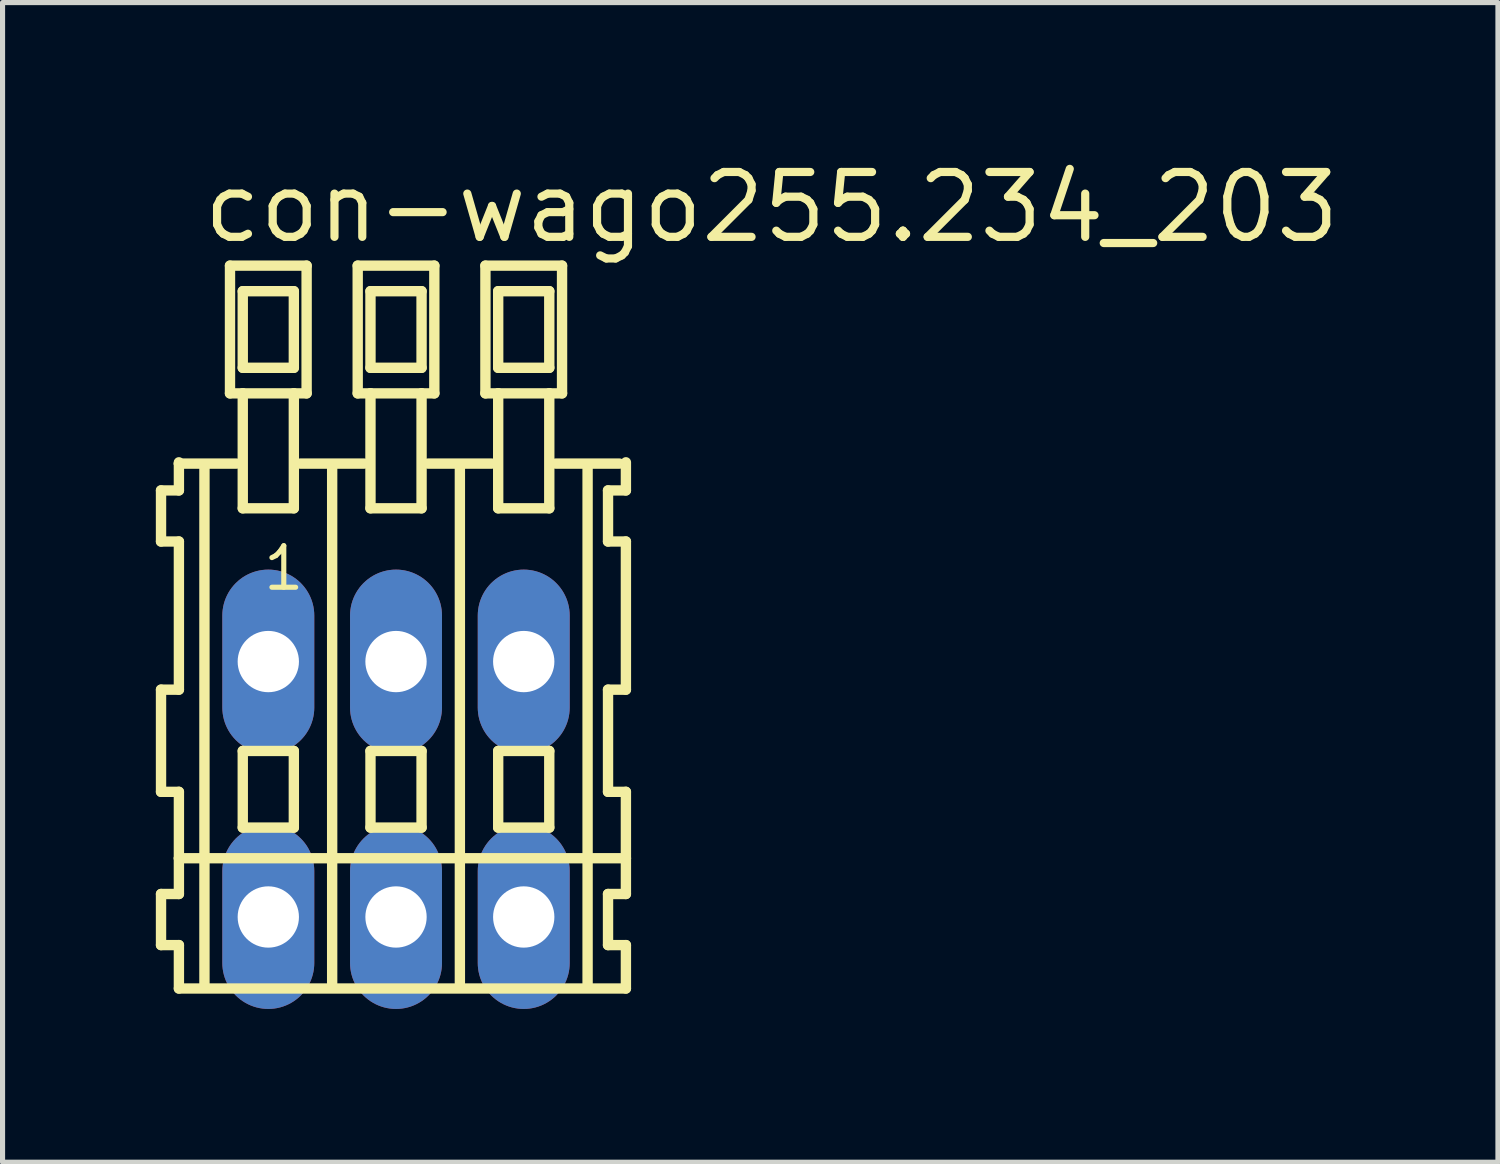
<source format=kicad_pcb>
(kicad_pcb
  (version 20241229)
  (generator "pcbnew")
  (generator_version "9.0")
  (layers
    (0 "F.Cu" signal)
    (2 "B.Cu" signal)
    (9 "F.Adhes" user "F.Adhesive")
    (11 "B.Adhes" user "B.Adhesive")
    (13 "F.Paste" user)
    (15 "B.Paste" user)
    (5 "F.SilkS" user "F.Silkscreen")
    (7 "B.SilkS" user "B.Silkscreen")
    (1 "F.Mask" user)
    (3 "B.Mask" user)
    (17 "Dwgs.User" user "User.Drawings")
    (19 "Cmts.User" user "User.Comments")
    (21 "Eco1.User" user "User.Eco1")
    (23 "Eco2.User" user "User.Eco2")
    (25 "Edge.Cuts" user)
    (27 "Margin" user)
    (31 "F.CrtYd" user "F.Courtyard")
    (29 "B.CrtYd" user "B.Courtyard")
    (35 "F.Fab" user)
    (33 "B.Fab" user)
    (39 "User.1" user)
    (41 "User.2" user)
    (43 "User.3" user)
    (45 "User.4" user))
  (footprint "con-wago255.234_203"
    (layer "F.Cu")
    (at 4.702 12.4)
    (property "Reference" "con-wago255.234_203" (at -3.85 -10.65 0) (layer "F.SilkS") (effects (font (size 1.27 1.27) (thickness 0.16)) (justify left bottom)))
    (attr through_hole)
    (fp_line (start -4.6 -5.85) (end -4.6 -4.85) (stroke (width 0.203) (type default)) (layer "F.SilkS"))
    (fp_line (start -4.6 -4.85) (end -4.25 -4.85) (stroke (width 0.203) (type default)) (layer "F.SilkS"))
    (fp_line (start -4.6 -1.95) (end -4.6 0.05) (stroke (width 0.203) (type default)) (layer "F.SilkS"))
    (fp_line (start -4.6 0.05) (end -4.25 0.05) (stroke (width 0.203) (type default)) (layer "F.SilkS"))
    (fp_line (start -4.6 2.05) (end -4.6 3.05) (stroke (width 0.203) (type default)) (layer "F.SilkS"))
    (fp_line (start -4.6 3.05) (end -4.25 3.05) (stroke (width 0.203) (type default)) (layer "F.SilkS"))
    (fp_line (start -4.25 -6.4) (end -4.25 -6.375) (stroke (width 0.203) (type default)) (layer "F.SilkS"))
    (fp_line (start -4.25 -6.375) (end -4.25 -5.85) (stroke (width 0.203) (type default)) (layer "F.SilkS"))
    (fp_line (start -4.25 -6.375) (end -3.125 -6.375) (stroke (width 0.203) (type default)) (layer "F.SilkS"))
    (fp_line (start -4.25 -5.85) (end -4.6 -5.85) (stroke (width 0.203) (type default)) (layer "F.SilkS"))
    (fp_line (start -4.25 -4.85) (end -4.25 -1.95) (stroke (width 0.203) (type default)) (layer "F.SilkS"))
    (fp_line (start -4.25 -1.95) (end -4.6 -1.95) (stroke (width 0.203) (type default)) (layer "F.SilkS"))
    (fp_line (start -4.25 0.05) (end -4.25 1.35) (stroke (width 0.203) (type default)) (layer "F.SilkS"))
    (fp_line (start -4.25 1.35) (end -4.25 2.05) (stroke (width 0.203) (type default)) (layer "F.SilkS"))
    (fp_line (start -4.25 1.35) (end 4.5 1.35) (stroke (width 0.203) (type default)) (layer "F.SilkS"))
    (fp_line (start -4.25 2.05) (end -4.6 2.05) (stroke (width 0.203) (type default)) (layer "F.SilkS"))
    (fp_line (start -4.25 3.05) (end -4.25 3.9) (stroke (width 0.203) (type default)) (layer "F.SilkS"))
    (fp_line (start -4.25 3.9) (end 4.5 3.9) (stroke (width 0.203) (type default)) (layer "F.SilkS"))
    (fp_line (start -3.75 -6.35) (end -3.75 3.8) (stroke (width 0.203) (type default)) (layer "F.SilkS"))
    (fp_line (start -3.25 -10.25) (end -3.25 -7.75) (stroke (width 0.203) (type default)) (layer "F.SilkS"))
    (fp_line (start -3.25 -7.75) (end -3 -7.75) (stroke (width 0.203) (type default)) (layer "F.SilkS"))
    (fp_line (start -3 -9.75) (end -3 -8.25) (stroke (width 0.203) (type default)) (layer "F.SilkS"))
    (fp_line (start -3 -8.25) (end -2 -8.25) (stroke (width 0.203) (type default)) (layer "F.SilkS"))
    (fp_line (start -3 -7.75) (end -3 -5.5) (stroke (width 0.203) (type default)) (layer "F.SilkS"))
    (fp_line (start -3 -7.75) (end -2 -7.75) (stroke (width 0.203) (type default)) (layer "F.SilkS"))
    (fp_line (start -3 -5.5) (end -2 -5.5) (stroke (width 0.203) (type default)) (layer "F.SilkS"))
    (fp_line (start -3 -0.75) (end -3 0.75) (stroke (width 0.203) (type default)) (layer "F.SilkS"))
    (fp_line (start -3 0.75) (end -2 0.75) (stroke (width 0.203) (type default)) (layer "F.SilkS"))
    (fp_line (start -2 -9.75) (end -3 -9.75) (stroke (width 0.203) (type default)) (layer "F.SilkS"))
    (fp_line (start -2 -8.25) (end -2 -9.75) (stroke (width 0.203) (type default)) (layer "F.SilkS"))
    (fp_line (start -2 -7.75) (end -1.75 -7.75) (stroke (width 0.203) (type default)) (layer "F.SilkS"))
    (fp_line (start -2 -5.5) (end -2 -7.75) (stroke (width 0.203) (type default)) (layer "F.SilkS"))
    (fp_line (start -2 -0.75) (end -3 -0.75) (stroke (width 0.203) (type default)) (layer "F.SilkS"))
    (fp_line (start -2 0.75) (end -2 -0.75) (stroke (width 0.203) (type default)) (layer "F.SilkS"))
    (fp_line (start -1.875 -6.375) (end -0.625 -6.375) (stroke (width 0.203) (type default)) (layer "F.SilkS"))
    (fp_line (start -1.75 -10.25) (end -3.25 -10.25) (stroke (width 0.203) (type default)) (layer "F.SilkS"))
    (fp_line (start -1.75 -7.75) (end -1.75 -10.25) (stroke (width 0.203) (type default)) (layer "F.SilkS"))
    (fp_line (start -1.25 -6.35) (end -1.25 3.8) (stroke (width 0.203) (type default)) (layer "F.SilkS"))
    (fp_line (start -0.75 -10.25) (end -0.75 -7.75) (stroke (width 0.203) (type default)) (layer "F.SilkS"))
    (fp_line (start -0.75 -7.75) (end -0.5 -7.75) (stroke (width 0.203) (type default)) (layer "F.SilkS"))
    (fp_line (start -0.5 -9.75) (end -0.5 -8.25) (stroke (width 0.203) (type default)) (layer "F.SilkS"))
    (fp_line (start -0.5 -8.25) (end 0.5 -8.25) (stroke (width 0.203) (type default)) (layer "F.SilkS"))
    (fp_line (start -0.5 -7.75) (end -0.5 -5.5) (stroke (width 0.203) (type default)) (layer "F.SilkS"))
    (fp_line (start -0.5 -7.75) (end 0.5 -7.75) (stroke (width 0.203) (type default)) (layer "F.SilkS"))
    (fp_line (start -0.5 -5.5) (end 0.5 -5.5) (stroke (width 0.203) (type default)) (layer "F.SilkS"))
    (fp_line (start -0.5 -0.75) (end -0.5 0.75) (stroke (width 0.203) (type default)) (layer "F.SilkS"))
    (fp_line (start -0.5 0.75) (end 0.5 0.75) (stroke (width 0.203) (type default)) (layer "F.SilkS"))
    (fp_line (start 0.5 -9.75) (end -0.5 -9.75) (stroke (width 0.203) (type default)) (layer "F.SilkS"))
    (fp_line (start 0.5 -8.25) (end 0.5 -9.75) (stroke (width 0.203) (type default)) (layer "F.SilkS"))
    (fp_line (start 0.5 -7.75) (end 0.75 -7.75) (stroke (width 0.203) (type default)) (layer "F.SilkS"))
    (fp_line (start 0.5 -5.5) (end 0.5 -7.75) (stroke (width 0.203) (type default)) (layer "F.SilkS"))
    (fp_line (start 0.5 -0.75) (end -0.5 -0.75) (stroke (width 0.203) (type default)) (layer "F.SilkS"))
    (fp_line (start 0.5 0.75) (end 0.5 -0.75) (stroke (width 0.203) (type default)) (layer "F.SilkS"))
    (fp_line (start 0.625 -6.375) (end 1.875 -6.375) (stroke (width 0.203) (type default)) (layer "F.SilkS"))
    (fp_line (start 0.75 -10.25) (end -0.75 -10.25) (stroke (width 0.203) (type default)) (layer "F.SilkS"))
    (fp_line (start 0.75 -7.75) (end 0.75 -10.25) (stroke (width 0.203) (type default)) (layer "F.SilkS"))
    (fp_line (start 1.25 -6.35) (end 1.25 3.8) (stroke (width 0.203) (type default)) (layer "F.SilkS"))
    (fp_line (start 1.75 -10.25) (end 1.75 -7.75) (stroke (width 0.203) (type default)) (layer "F.SilkS"))
    (fp_line (start 1.75 -7.75) (end 2 -7.75) (stroke (width 0.203) (type default)) (layer "F.SilkS"))
    (fp_line (start 2 -9.75) (end 2 -8.25) (stroke (width 0.203) (type default)) (layer "F.SilkS"))
    (fp_line (start 2 -8.25) (end 3 -8.25) (stroke (width 0.203) (type default)) (layer "F.SilkS"))
    (fp_line (start 2 -7.75) (end 2 -5.5) (stroke (width 0.203) (type default)) (layer "F.SilkS"))
    (fp_line (start 2 -7.75) (end 3 -7.75) (stroke (width 0.203) (type default)) (layer "F.SilkS"))
    (fp_line (start 2 -5.5) (end 3 -5.5) (stroke (width 0.203) (type default)) (layer "F.SilkS"))
    (fp_line (start 2 -0.75) (end 2 0.75) (stroke (width 0.203) (type default)) (layer "F.SilkS"))
    (fp_line (start 2 0.75) (end 3 0.75) (stroke (width 0.203) (type default)) (layer "F.SilkS"))
    (fp_line (start 3 -9.75) (end 2 -9.75) (stroke (width 0.203) (type default)) (layer "F.SilkS"))
    (fp_line (start 3 -8.25) (end 3 -9.75) (stroke (width 0.203) (type default)) (layer "F.SilkS"))
    (fp_line (start 3 -7.75) (end 3.25 -7.75) (stroke (width 0.203) (type default)) (layer "F.SilkS"))
    (fp_line (start 3 -5.5) (end 3 -7.75) (stroke (width 0.203) (type default)) (layer "F.SilkS"))
    (fp_line (start 3 -0.75) (end 2 -0.75) (stroke (width 0.203) (type default)) (layer "F.SilkS"))
    (fp_line (start 3 0.75) (end 3 -0.75) (stroke (width 0.203) (type default)) (layer "F.SilkS"))
    (fp_line (start 3.125 -6.375) (end 4.375 -6.375) (stroke (width 0.203) (type default)) (layer "F.SilkS"))
    (fp_line (start 3.25 -10.25) (end 1.75 -10.25) (stroke (width 0.203) (type default)) (layer "F.SilkS"))
    (fp_line (start 3.25 -7.75) (end 3.25 -10.25) (stroke (width 0.203) (type default)) (layer "F.SilkS"))
    (fp_line (start 3.75 -6.35) (end 3.75 3.8) (stroke (width 0.203) (type default)) (layer "F.SilkS"))
    (fp_line (start 4.15 -5.85) (end 4.15 -4.85) (stroke (width 0.203) (type default)) (layer "F.SilkS"))
    (fp_line (start 4.15 -4.85) (end 4.5 -4.85) (stroke (width 0.203) (type default)) (layer "F.SilkS"))
    (fp_line (start 4.15 -1.95) (end 4.15 0.05) (stroke (width 0.203) (type default)) (layer "F.SilkS"))
    (fp_line (start 4.15 0.05) (end 4.5 0.05) (stroke (width 0.203) (type default)) (layer "F.SilkS"))
    (fp_line (start 4.15 2.05) (end 4.15 3.05) (stroke (width 0.203) (type default)) (layer "F.SilkS"))
    (fp_line (start 4.15 3.05) (end 4.5 3.05) (stroke (width 0.203) (type default)) (layer "F.SilkS"))
    (fp_line (start 4.5 -5.85) (end 4.15 -5.85) (stroke (width 0.203) (type default)) (layer "F.SilkS"))
    (fp_line (start 4.5 -5.85) (end 4.5 -6.4) (stroke (width 0.203) (type default)) (layer "F.SilkS"))
    (fp_line (start 4.5 -1.95) (end 4.15 -1.95) (stroke (width 0.203) (type default)) (layer "F.SilkS"))
    (fp_line (start 4.5 -1.95) (end 4.5 -4.85) (stroke (width 0.203) (type default)) (layer "F.SilkS"))
    (fp_line (start 4.5 1.35) (end 4.5 0.05) (stroke (width 0.203) (type default)) (layer "F.SilkS"))
    (fp_line (start 4.5 2.05) (end 4.15 2.05) (stroke (width 0.203) (type default)) (layer "F.SilkS"))
    (fp_line (start 4.5 2.05) (end 4.5 1.35) (stroke (width 0.203) (type default)) (layer "F.SilkS"))
    (fp_line (start 4.5 3.9) (end 4.5 3.05) (stroke (width 0.203) (type default)) (layer "F.SilkS"))
    (fp_text user "1" (at -2.65 -3.85 0) (layer "F.SilkS") (effects (font (size 0.813 0.813) (thickness 0.1)) (justify left bottom)))
    (pad "A1" thru_hole oval (at -2.5 -2.5 90) (size 3.6 1.8) (drill 1.2) (layers "*.Cu" "*.Mask"))
    (pad "A2" thru_hole oval (at 0 -2.5 90) (size 3.6 1.8) (drill 1.2) (layers "*.Cu" "*.Mask"))
    (pad "A3" thru_hole oval (at 2.5 -2.5 90) (size 3.6 1.8) (drill 1.2) (layers "*.Cu" "*.Mask"))
    (pad "B1" thru_hole oval (at -2.5 2.5 90) (size 3.6 1.8) (drill 1.2) (layers "*.Cu" "*.Mask"))
    (pad "B2" thru_hole oval (at 0 2.5 90) (size 3.6 1.8) (drill 1.2) (layers "*.Cu" "*.Mask"))
    (pad "B3" thru_hole oval (at 2.5 2.5 90) (size 3.6 1.8) (drill 1.2) (layers "*.Cu" "*.Mask")))
  (gr_rect
    (start -3 -3)
    (end 26.272 19.7)
    (stroke (width 0.1) (type default))
    (fill no)
    (layer "Edge.Cuts")))
</source>
